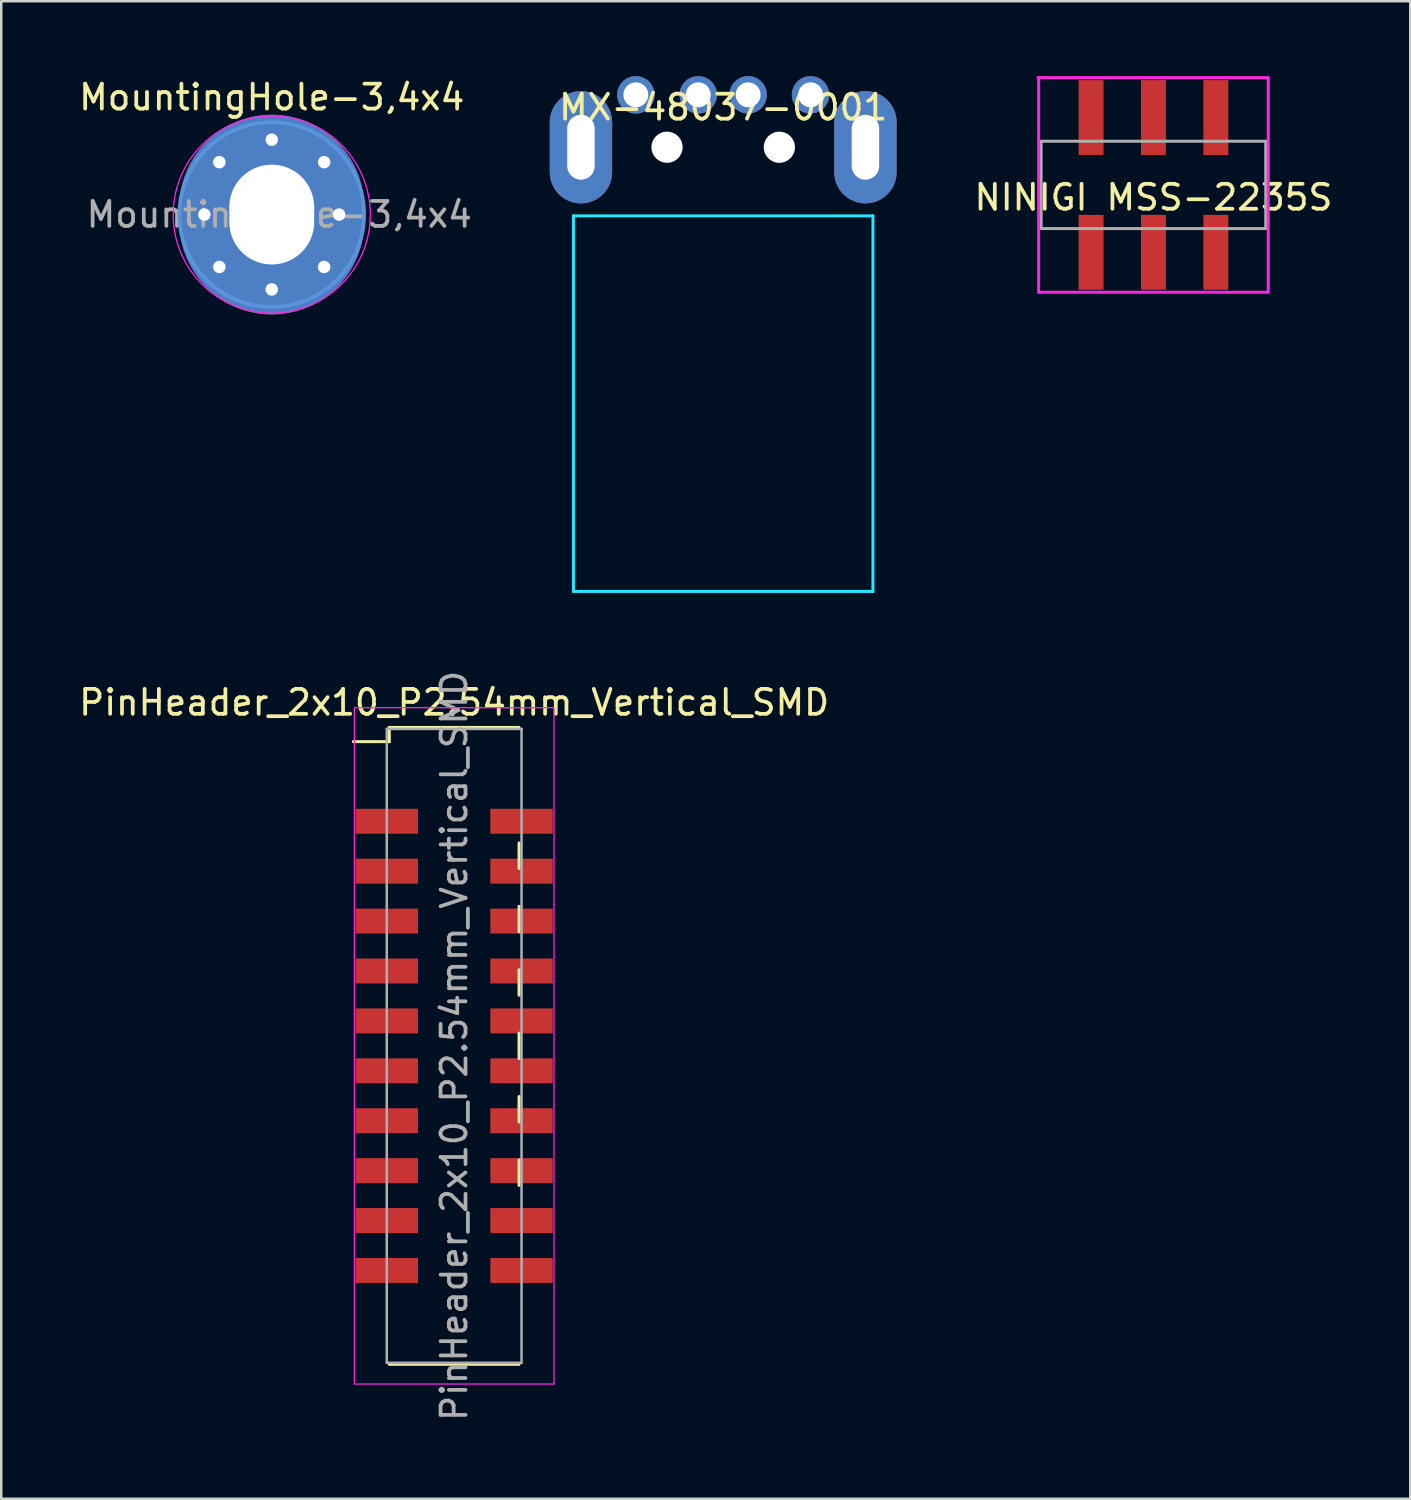
<source format=kicad_pcb>
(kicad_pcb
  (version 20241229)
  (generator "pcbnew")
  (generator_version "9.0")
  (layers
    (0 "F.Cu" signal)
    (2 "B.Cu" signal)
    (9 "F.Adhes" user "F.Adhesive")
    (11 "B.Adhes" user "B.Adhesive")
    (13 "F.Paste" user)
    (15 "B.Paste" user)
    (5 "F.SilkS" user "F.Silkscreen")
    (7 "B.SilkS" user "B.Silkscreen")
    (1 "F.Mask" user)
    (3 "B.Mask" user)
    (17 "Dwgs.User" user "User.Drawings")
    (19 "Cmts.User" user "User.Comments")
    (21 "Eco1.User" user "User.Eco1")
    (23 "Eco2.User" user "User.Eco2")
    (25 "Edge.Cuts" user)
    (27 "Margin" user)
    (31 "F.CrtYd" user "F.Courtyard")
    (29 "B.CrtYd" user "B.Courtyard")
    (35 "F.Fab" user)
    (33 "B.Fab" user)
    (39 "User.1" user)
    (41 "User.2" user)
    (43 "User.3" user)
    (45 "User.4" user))
  (footprint "NINIGI MSS-2235S"
    (layer "F.Cu")
    (at 43.17 4.36)
    (property "Reference" "NINIGI MSS-2235S" (at 0 0.5 0) (layer "F.SilkS") (effects (font (size 1 1) (thickness 0.15))))
    (attr through_hole)
    (fp_line (start -4.6 -4.3) (end -4.6 4.3) (stroke (width 0.12) (type solid)) (layer "F.CrtYd"))
    (fp_line (start -4.6 4.3) (end 4.6 4.3) (stroke (width 0.12) (type solid)) (layer "F.CrtYd"))
    (fp_line (start 4.572 -4.3) (end -4.628 -4.3) (stroke (width 0.12) (type solid)) (layer "F.CrtYd"))
    (fp_line (start 4.6 4.3) (end 4.6 -4.3) (stroke (width 0.12) (type solid)) (layer "F.CrtYd"))
    (fp_line (start -4.5 -1.75) (end -4.5 1.75) (stroke (width 0.12) (type solid)) (layer "F.Fab"))
    (fp_line (start -4.5 1.75) (end 4.5 1.75) (stroke (width 0.12) (type solid)) (layer "F.Fab"))
    (fp_line (start 4.5 -1.75) (end -4.5 -1.75) (stroke (width 0.12) (type solid)) (layer "F.Fab"))
    (fp_line (start 4.5 1.75) (end 4.5 -1.75) (stroke (width 0.12) (type solid)) (layer "F.Fab"))
    (pad "1" smd trapezoid (at -2.5 2.7) (size 1 3) (layers "F.Cu" "F.Mask" "F.Paste"))
    (pad "2" smd trapezoid (at 0 2.7) (size 1 3) (layers "F.Cu" "F.Mask" "F.Paste"))
    (pad "3" smd trapezoid (at 2.5 2.7) (size 1 3) (layers "F.Cu" "F.Mask" "F.Paste"))
    (pad "4" smd trapezoid (at -2.5 -2.7) (size 1 3) (layers "F.Cu" "F.Mask" "F.Paste"))
    (pad "5" smd trapezoid (at 0 -2.7) (size 1 3) (layers "F.Cu" "F.Mask" "F.Paste"))
    (pad "6" smd trapezoid (at 2.5 -2.7) (size 1 3) (layers "F.Cu" "F.Mask" "F.Paste")))
  (footprint "MX-48037-0001"
    (layer "F.Cu")
    (at 25.929 0.75)
    (property "Reference" "MX-48037-0001" (at 0 0.5 0) (layer "F.SilkS") (effects (font (size 1 1) (thickness 0.15))))
    (attr through_hole)
    (fp_line (start -6 4.85) (end -6 19.9) (stroke (width 0.12) (type solid)) (layer "B.CrtYd"))
    (fp_line (start -6 4.85) (end 6 4.85) (stroke (width 0.12) (type solid)) (layer "B.CrtYd"))
    (fp_line (start -6 19.9) (end 6 19.9) (stroke (width 0.12) (type solid)) (layer "B.CrtYd"))
    (fp_line (start 6 4.85) (end 6 19.9) (stroke (width 0.12) (type solid)) (layer "B.CrtYd"))
    (pad "" np_thru_hole circle (at -2.25 2.1) (size 1.25 1.25) (drill 1.25) (layers "*.Cu" "*.Mask"))
    (pad "" np_thru_hole circle (at 2.25 2.1) (size 1.25 1.25) (drill 1.25) (layers "*.Cu" "*.Mask"))
    (pad "1" thru_hole circle (at 3.5 0) (size 1.5 1.5) (drill 1) (layers "*.Cu" "*.Mask"))
    (pad "2" thru_hole circle (at 1 0) (size 1.5 1.5) (drill 1) (layers "*.Cu" "*.Mask"))
    (pad "3" thru_hole circle (at -1 0) (size 1.5 1.5) (drill 1) (layers "*.Cu" "*.Mask"))
    (pad "4" thru_hole circle (at -3.5 0) (size 1.5 1.5) (drill 1) (layers "*.Cu" "*.Mask"))
    (pad "5" thru_hole oval (at -5.7 2.1) (size 2.5 4.5) (drill oval 1.1 2.6) (layers "*.Cu" "*.Mask"))
    (pad "5" thru_hole oval (at 5.7 2.1) (size 2.5 4.5) (drill oval 1.1 2.6) (layers "*.Cu" "*.Mask")))
  (footprint "MountingHole-3,4x4"
    (layer "F.Cu")
    (at 7.839 5.548)
    (property "Reference" "MountingHole-3,4x4" (at 0 -4.7 0) (layer "F.SilkS") (effects (font (size 1 1) (thickness 0.15))))
    (attr exclude_from_pos_files exclude_from_bom)
    (fp_circle (center 0 0) (end 3.7 0) (stroke (width 0.15) (type solid)) (fill no) (layer "Cmts.User"))
    (fp_circle (center 0 0) (end 3.95 0) (stroke (width 0.05) (type solid)) (fill no) (layer "F.CrtYd"))
    (fp_text user "${REFERENCE}" (at 0.3 0 0) (layer "F.Fab") (effects (font (size 1 1) (thickness 0.15))))
    (pad "1" thru_hole circle (at -2.7 0) (size 0.8 0.8) (drill 0.5) (layers "*.Cu" "*.Mask"))
    (pad "1" thru_hole circle (at -2.1 -2.1) (size 0.8 0.8) (drill 0.5) (layers "*.Cu" "*.Mask"))
    (pad "1" thru_hole circle (at -2.1 2.1) (size 0.8 0.8) (drill 0.5) (layers "*.Cu" "*.Mask"))
    (pad "1" thru_hole circle (at 0 -3) (size 0.8 0.8) (drill 0.5) (layers "*.Cu" "*.Mask"))
    (pad "1" thru_hole oval (at 0 0) (size 7.4 8) (drill oval 3.4 4) (layers "*.Cu" "*.Mask"))
    (pad "1" thru_hole circle (at 0 3) (size 0.8 0.8) (drill 0.5) (layers "*.Cu" "*.Mask"))
    (pad "1" thru_hole circle (at 2.1 -2.1) (size 0.8 0.8) (drill 0.5) (layers "*.Cu" "*.Mask"))
    (pad "1" thru_hole circle (at 2.1 2.1) (size 0.8 0.8) (drill 0.5) (layers "*.Cu" "*.Mask"))
    (pad "1" thru_hole circle (at 2.7 0) (size 0.8 0.8) (drill 0.5) (layers "*.Cu" "*.Mask")))
  (footprint "PinHeader_2x10_P2.54mm_Vertical_SMD"
    (layer "F.Cu")
    (at 15.149 38.859)
    (property "Reference" "PinHeader_2x10_P2.54mm_Vertical_SMD" (at 0 -13.76 0) (layer "F.SilkS") (effects (font (size 1 1) (thickness 0.15))))
    (attr smd)
    (fp_line (start -4.04 -12.19) (end -2.6 -12.19) (stroke (width 0.12) (type solid)) (layer "F.SilkS"))
    (fp_line (start -2.6 -12.76) (end -2.6 -12.19) (stroke (width 0.12) (type solid)) (layer "F.SilkS"))
    (fp_line (start -2.6 -12.76) (end 2.6 -12.76) (stroke (width 0.12) (type solid)) (layer "F.SilkS"))
    (fp_line (start -2.6 12.76) (end 2.6 12.76) (stroke (width 0.12) (type solid)) (layer "F.SilkS"))
    (fp_line (start 2.6 -8.13) (end 2.6 -7.11) (stroke (width 0.12) (type solid)) (layer "F.SilkS"))
    (fp_line (start 2.6 -5.59) (end 2.6 -4.57) (stroke (width 0.12) (type solid)) (layer "F.SilkS"))
    (fp_line (start 2.6 -3.05) (end 2.6 -2.03) (stroke (width 0.12) (type solid)) (layer "F.SilkS"))
    (fp_line (start 2.6 -0.51) (end 2.6 0.51) (stroke (width 0.12) (type solid)) (layer "F.SilkS"))
    (fp_line (start 2.6 2.03) (end 2.6 3.05) (stroke (width 0.12) (type solid)) (layer "F.SilkS"))
    (fp_line (start 2.6 4.57) (end 2.6 5.59) (stroke (width 0.12) (type solid)) (layer "F.SilkS"))
    (fp_line (start -4 -13.55) (end -4 13.55) (stroke (width 0.05) (type solid)) (layer "F.CrtYd"))
    (fp_line (start -4 13.55) (end 4 13.55) (stroke (width 0.05) (type solid)) (layer "F.CrtYd"))
    (fp_line (start 4 -13.55) (end -4 -13.55) (stroke (width 0.05) (type solid)) (layer "F.CrtYd"))
    (fp_line (start 4 13.55) (end 4 -13.55) (stroke (width 0.05) (type solid)) (layer "F.CrtYd"))
    (fp_line (start -2.7 -12.7) (end 2.7 -12.7) (stroke (width 0.1) (type solid)) (layer "F.Fab"))
    (fp_line (start -2.7 12.7) (end -2.7 -12.7) (stroke (width 0.1) (type solid)) (layer "F.Fab"))
    (fp_line (start 2.7 -12.7) (end 2.7 12.7) (stroke (width 0.1) (type solid)) (layer "F.Fab"))
    (fp_line (start 2.7 12.7) (end -2.7 12.7) (stroke (width 0.1) (type solid)) (layer "F.Fab"))
    (fp_text user "${REFERENCE}" (at 0 0 90) (layer "F.Fab") (effects (font (size 1 1) (thickness 0.15))))
    (pad "1" smd rect (at -2.7 -9) (size 2.5 1) (layers "F.Cu" "F.Mask" "F.Paste"))
    (pad "2" smd rect (at 2.7 -9) (size 2.5 1) (layers "F.Cu" "F.Mask" "F.Paste"))
    (pad "3" smd rect (at -2.7 -7) (size 2.5 1) (layers "F.Cu" "F.Mask" "F.Paste"))
    (pad "4" smd rect (at 2.7 -7) (size 2.5 1) (layers "F.Cu" "F.Mask" "F.Paste"))
    (pad "5" smd rect (at -2.7 -5) (size 2.5 1) (layers "F.Cu" "F.Mask" "F.Paste"))
    (pad "6" smd rect (at 2.7 -5) (size 2.5 1) (layers "F.Cu" "F.Mask" "F.Paste"))
    (pad "7" smd rect (at -2.7 -3) (size 2.5 1) (layers "F.Cu" "F.Mask" "F.Paste"))
    (pad "8" smd rect (at 2.7 -3) (size 2.5 1) (layers "F.Cu" "F.Mask" "F.Paste"))
    (pad "9" smd rect (at -2.7 -1) (size 2.5 1) (layers "F.Cu" "F.Mask" "F.Paste"))
    (pad "10" smd rect (at 2.7 -1) (size 2.5 1) (layers "F.Cu" "F.Mask" "F.Paste"))
    (pad "11" smd rect (at -2.7 1) (size 2.5 1) (layers "F.Cu" "F.Mask" "F.Paste"))
    (pad "12" smd rect (at 2.7 1) (size 2.5 1) (layers "F.Cu" "F.Mask" "F.Paste"))
    (pad "13" smd rect (at -2.7 3) (size 2.5 1) (layers "F.Cu" "F.Mask" "F.Paste"))
    (pad "14" smd rect (at 2.7 3) (size 2.5 1) (layers "F.Cu" "F.Mask" "F.Paste"))
    (pad "15" smd rect (at -2.7 5) (size 2.5 1) (layers "F.Cu" "F.Mask" "F.Paste"))
    (pad "16" smd rect (at 2.7 5) (size 2.5 1) (layers "F.Cu" "F.Mask" "F.Paste"))
    (pad "17" smd rect (at -2.7 7) (size 2.5 1) (layers "F.Cu" "F.Mask" "F.Paste"))
    (pad "18" smd rect (at 2.7 7) (size 2.5 1) (layers "F.Cu" "F.Mask" "F.Paste"))
    (pad "19" smd rect (at -2.7 9) (size 2.5 1) (layers "F.Cu" "F.Mask" "F.Paste"))
    (pad "20" smd rect (at 2.7 9) (size 2.5 1) (layers "F.Cu" "F.Mask" "F.Paste")))
  (gr_rect
    (start -3 -3)
    (end 53.462 57.008)
    (stroke (width 0.1) (type default))
    (fill no)
    (layer "Edge.Cuts")))
</source>
